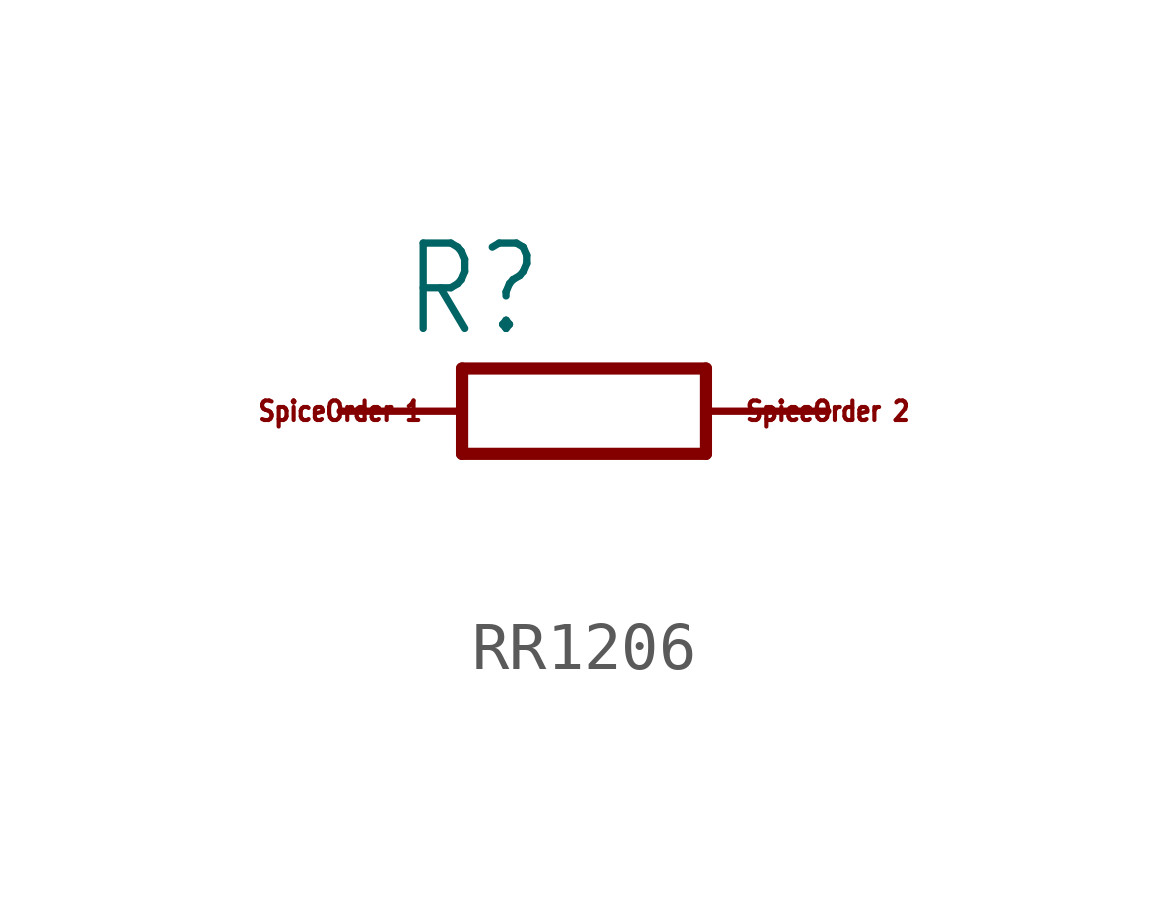
<source format=kicad_sym>
(kicad_symbol_lib
  (version 20220914)
  (generator kicad_symbol_editor)
  (symbol "RR1206"
    (property "Reference" "R"
      (at -3.81 1.499 0)
      (effects (font (size 1.778 1.511)) (justify left bottom)))
    (property "Value" ""
      (at -3.81 -3.302 0)
      (effects (font (size 1.778 1.511)) (justify left bottom)))
    (property "ki_locked" ""
      (at 0 0 0)
      (effects (font (size 1.27 1.27))))
    (symbol "RR1206_1_0"
      (polyline (pts (xy -2.54 -0.889) (xy -2.54 0.889)) (stroke (width 0.254) (type solid)) (fill (type none)))
      (polyline (pts (xy -2.54 -0.889) (xy 2.54 -0.889)) (stroke (width 0.254) (type solid)) (fill (type none)))
      (polyline (pts (xy 2.54 -0.889) (xy 2.54 0.889)) (stroke (width 0.254) (type solid)) (fill (type none)))
      (polyline (pts (xy 2.54 0.889) (xy -2.54 0.889)) (stroke (width 0.254) (type solid)) (fill (type none)))
      (text "SpiceOrder 1" (at -5.08 0 0) (effects (font (size 0.406 0.345))))
      (text "SpiceOrder 2" (at 5.08 0 0) (effects (font (size 0.406 0.345))))
      (pin passive line (at -5.08 0 0) (length 2.54) (name "1" (effects (font (size 0 0)))) (number "1" (effects (font (size 0 0)))))
      (pin passive line (at 5.08 0 180) (length 2.54) (name "2" (effects (font (size 0 0)))) (number "2" (effects (font (size 0 0))))))))
</source>
